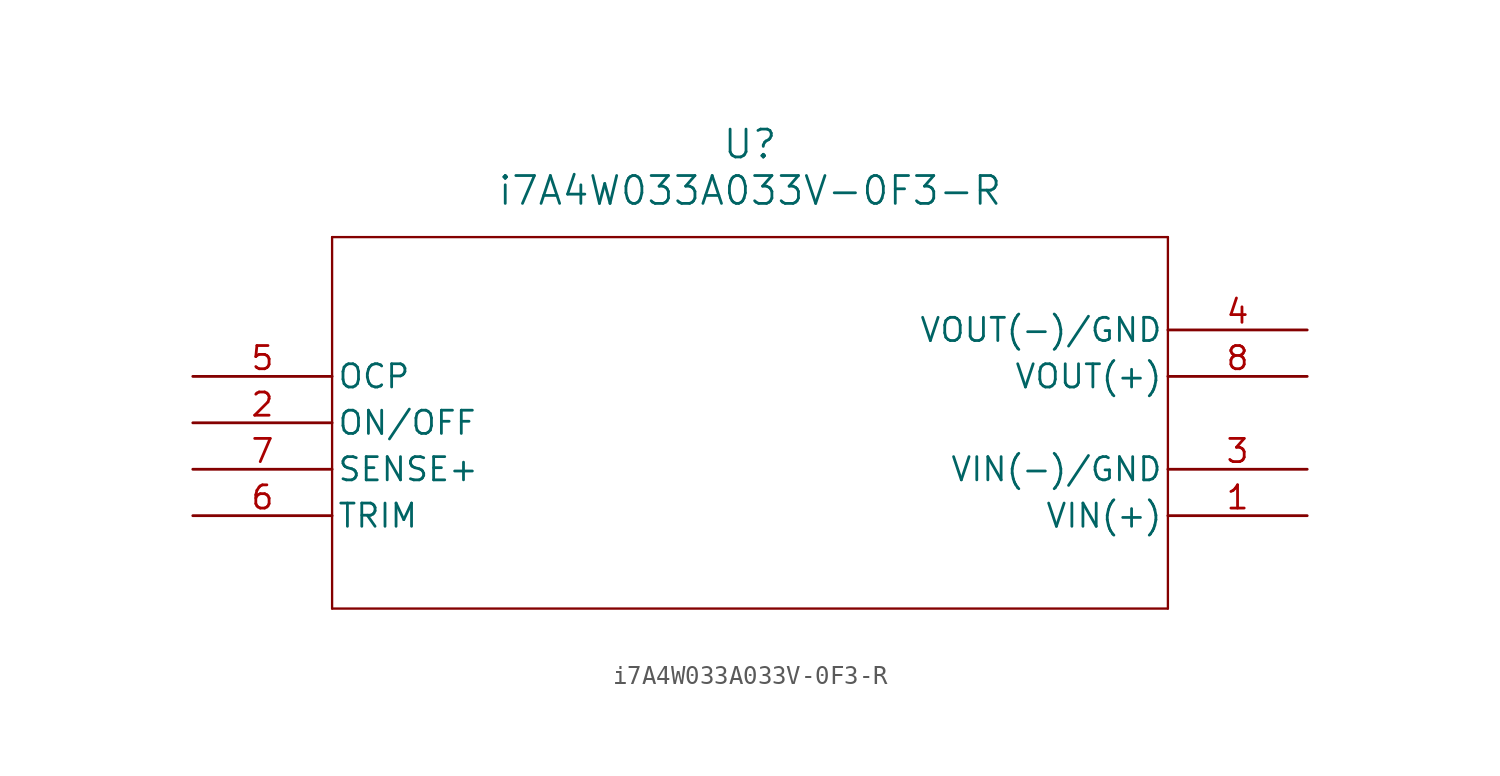
<source format=kicad_sym>
(kicad_symbol_lib
  (version 20211014)
  (generator kicad_symbol_editor)
  (symbol "i7A4W033A033V-0F3-R"
    (pin_names
      (offset 0.254))
    (property "Reference" "U"
      (at 30.48 12.7 0)
      (effects (font (size 1.524 1.524))))
    (property "Value" "i7A4W033A033V-0F3-R"
      (at 30.48 10.16 0)
      (effects (font (size 1.524 1.524))))
    (symbol "i7A4W033A033V-0F3-R_0_1"
      (polyline (pts (xy 7.62 7.62) (xy 7.62 -12.7)) (stroke (width 0.127) (type default) (color 0 0 0 0)) (fill (type none)))
      (polyline (pts (xy 7.62 -12.7) (xy 53.34 -12.7)) (stroke (width 0.127) (type default) (color 0 0 0 0)) (fill (type none)))
      (polyline (pts (xy 53.34 -12.7) (xy 53.34 7.62)) (stroke (width 0.127) (type default) (color 0 0 0 0)) (fill (type none)))
      (polyline (pts (xy 53.34 7.62) (xy 7.62 7.62)) (stroke (width 0.127) (type default) (color 0 0 0 0)) (fill (type none)))
      (pin unspecified line (at 60.96 -7.62 180) (length 7.62) (name "VIN(+)" (effects (font (size 1.27 1.27)))) (number "1" (effects (font (size 1.27 1.27)))))
      (pin unspecified line (at 0 -2.54 0) (length 7.62) (name "ON/OFF" (effects (font (size 1.27 1.27)))) (number "2" (effects (font (size 1.27 1.27)))))
      (pin unspecified line (at 60.96 -5.08 180) (length 7.62) (name "VIN(-)/GND" (effects (font (size 1.27 1.27)))) (number "3" (effects (font (size 1.27 1.27)))))
      (pin unspecified line (at 60.96 2.54 180) (length 7.62) (name "VOUT(-)/GND" (effects (font (size 1.27 1.27)))) (number "4" (effects (font (size 1.27 1.27)))))
      (pin unspecified line (at 0 0 0) (length 7.62) (name "OCP" (effects (font (size 1.27 1.27)))) (number "5" (effects (font (size 1.27 1.27)))))
      (pin unspecified line (at 0 -7.62 0) (length 7.62) (name "TRIM" (effects (font (size 1.27 1.27)))) (number "6" (effects (font (size 1.27 1.27)))))
      (pin unspecified line (at 0 -5.08 0) (length 7.62) (name "SENSE+" (effects (font (size 1.27 1.27)))) (number "7" (effects (font (size 1.27 1.27)))))
      (pin unspecified line (at 60.96 0 180) (length 7.62) (name "VOUT(+)" (effects (font (size 1.27 1.27)))) (number "8" (effects (font (size 1.27 1.27))))))))
</source>
